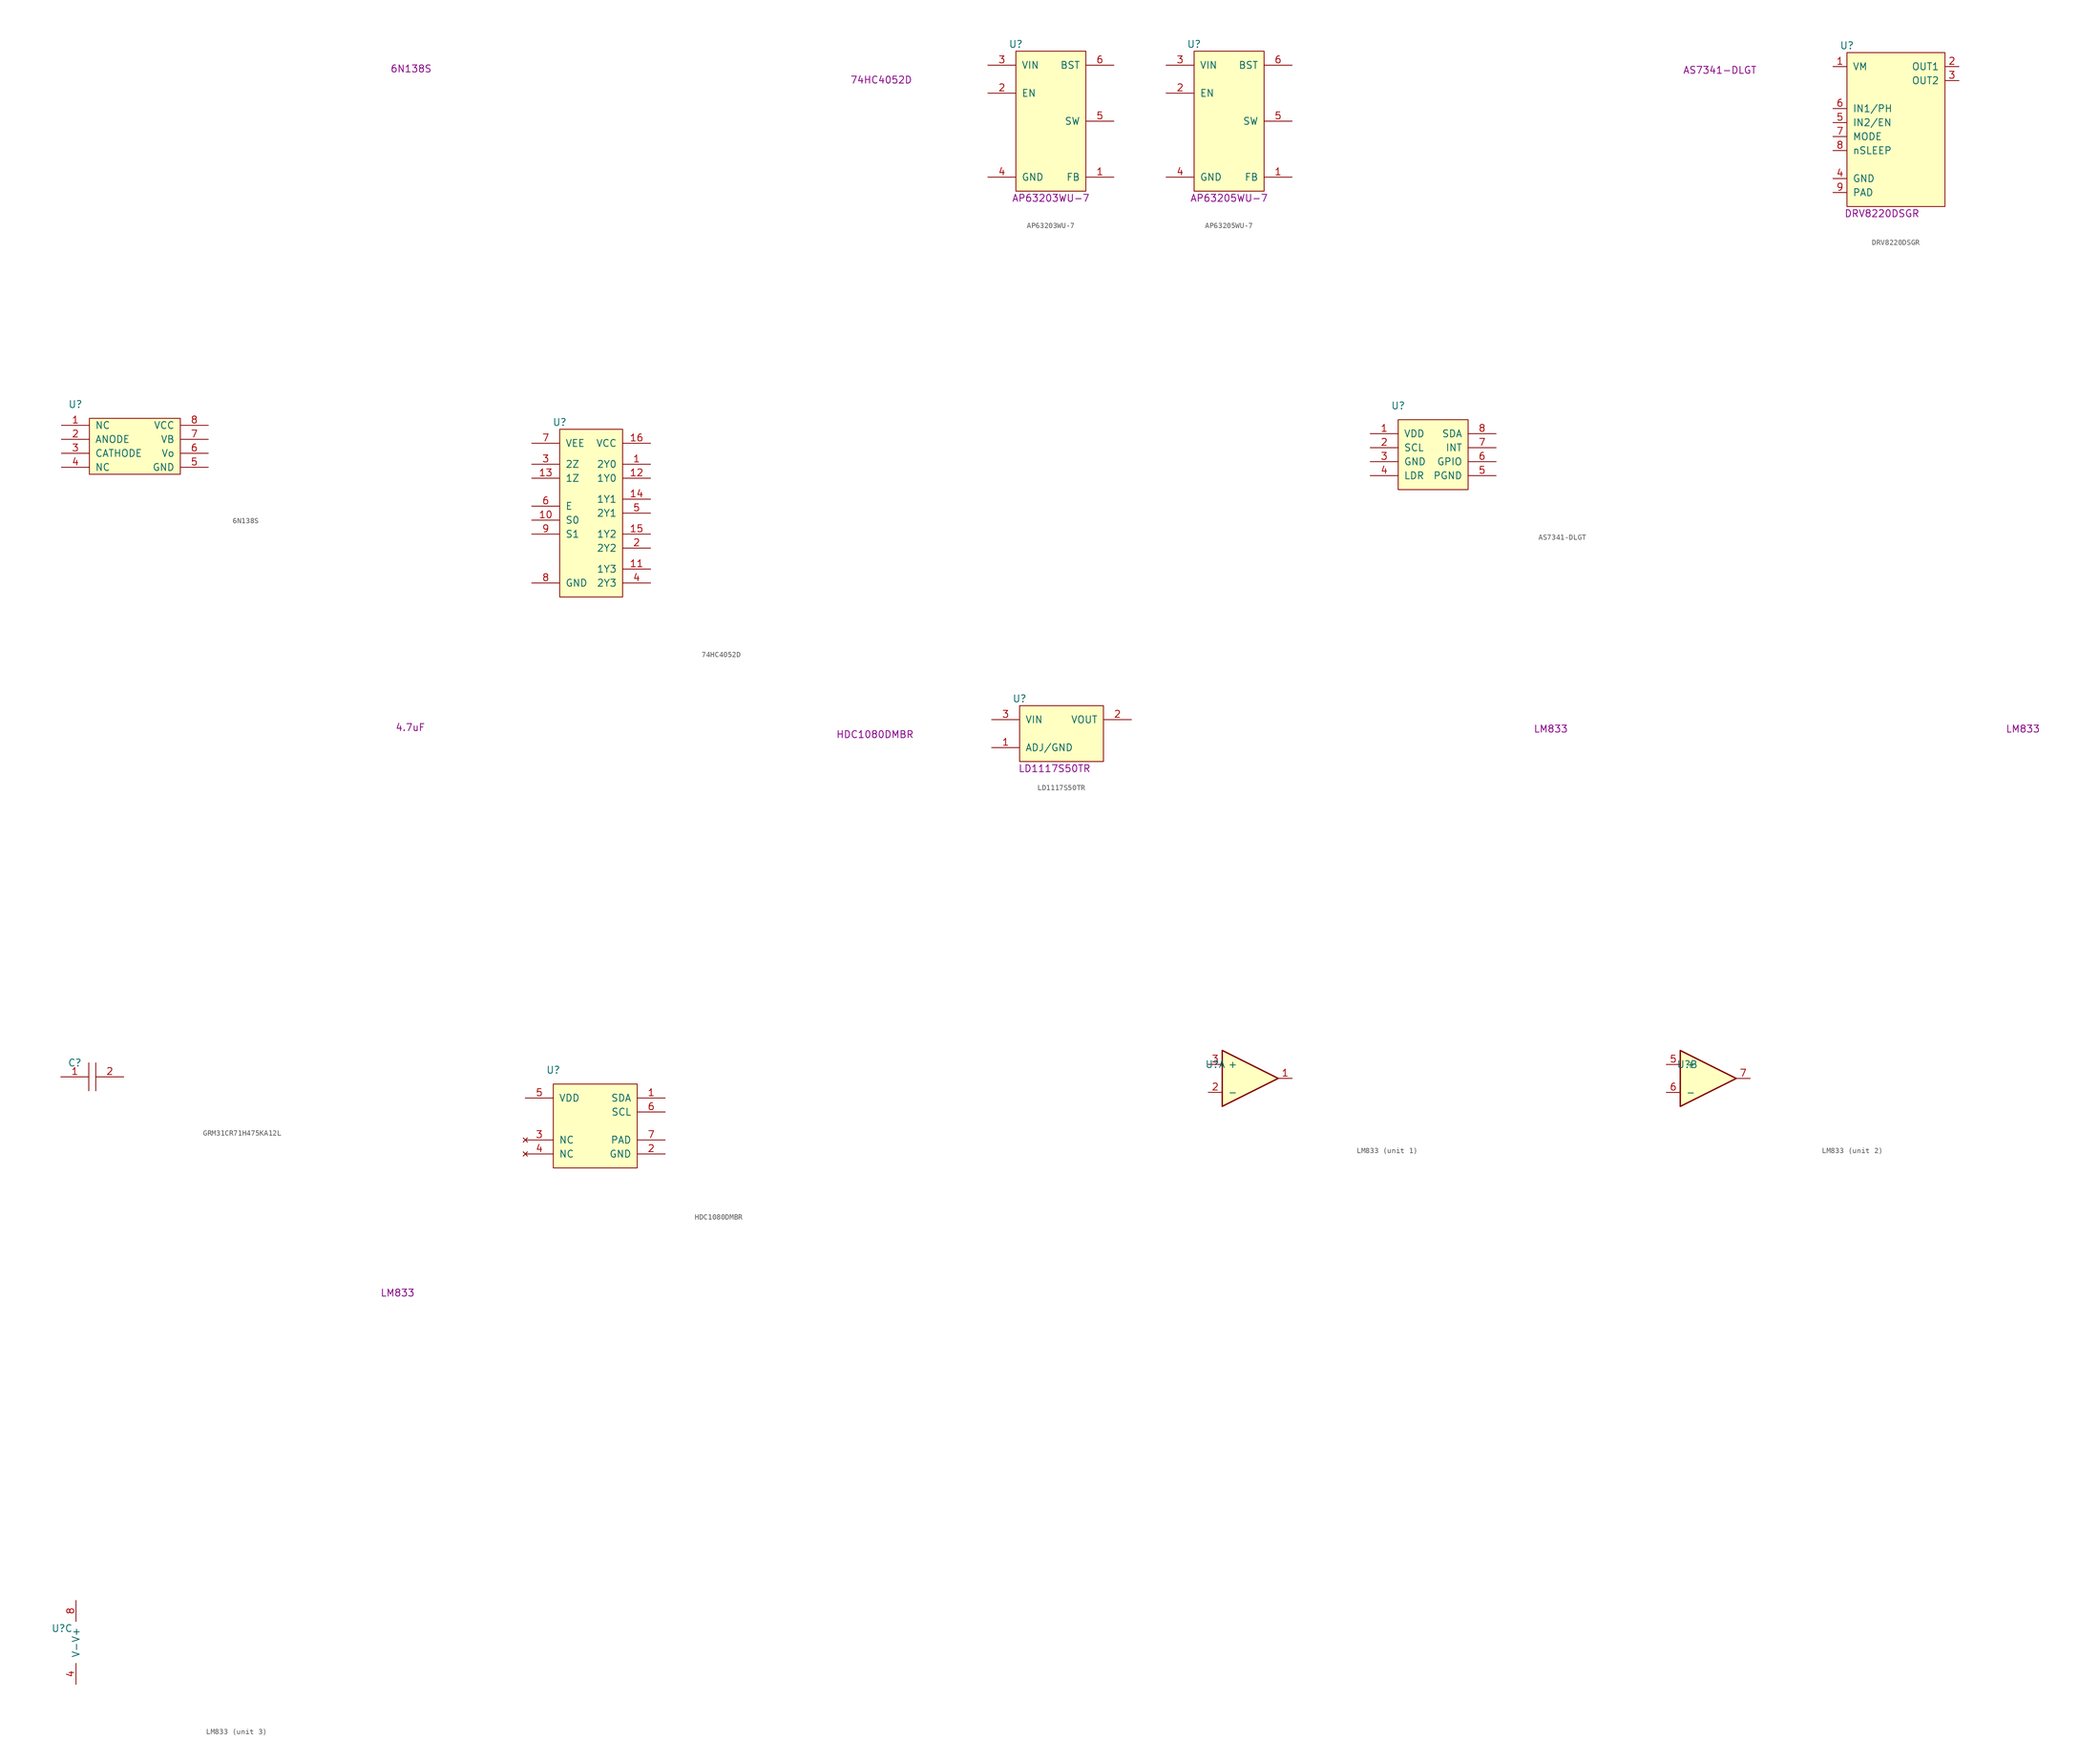
<source format=kicad_sym>
(kicad_symbol_lib
  (version 20220914)
  (generator kicad_symbol_editor)
  (symbol "6N138S"
    (pin_names
      (offset 1.016))
    (property "Reference" "U"
      (at -2.54 2.54 0)
      (effects (font (size 1.27 1.27))))
    (property "_Value_" "6N138S"
      (at 58.42 63.5 0)
      (effects (font (size 1.27 1.27))))
    (symbol "6N138S_0_1"
      (rectangle (start 0 0) (end 16.51 -10.16) (stroke (width 0) (type default)) (fill (type background))))
    (symbol "6N138S_1_1"
      (pin passive line (at -5.08 -1.27 0) (length 5.08) (name "NC" (effects (font (size 1.27 1.27)))) (number "1" (effects (font (size 1.27 1.27)))))
      (pin input line (at -5.08 -3.81 0) (length 5.08) (name "ANODE" (effects (font (size 1.27 1.27)))) (number "2" (effects (font (size 1.27 1.27)))))
      (pin output line (at -5.08 -6.35 0) (length 5.08) (name "CATHODE" (effects (font (size 1.27 1.27)))) (number "3" (effects (font (size 1.27 1.27)))))
      (pin passive line (at -5.08 -8.89 0) (length 5.08) (name "NC" (effects (font (size 1.27 1.27)))) (number "4" (effects (font (size 1.27 1.27)))))
      (pin output line (at 21.59 -8.89 180) (length 5.08) (name "GND" (effects (font (size 1.27 1.27)))) (number "5" (effects (font (size 1.27 1.27)))))
      (pin output line (at 21.59 -6.35 180) (length 5.08) (name "Vo" (effects (font (size 1.27 1.27)))) (number "6" (effects (font (size 1.27 1.27)))))
      (pin output line (at 21.59 -3.81 180) (length 5.08) (name "VB" (effects (font (size 1.27 1.27)))) (number "7" (effects (font (size 1.27 1.27)))))
      (pin power_in line (at 21.59 -1.27 180) (length 5.08) (name "VCC" (effects (font (size 1.27 1.27)))) (number "8" (effects (font (size 1.27 1.27)))))))
  (symbol "74HC4052D"
    (pin_names
      (offset 1.016))
    (property "Reference" "U"
      (at 0 1.27 0)
      (effects (font (size 1.27 1.27))))
    (property "_Value_" "74HC4052D"
      (at 58.42 63.5 0)
      (effects (font (size 1.27 1.27))))
    (symbol "74HC4052D_0_1"
      (rectangle (start 0 0) (end 11.43 -30.48) (stroke (width 0) (type default)) (fill (type background))))
    (symbol "74HC4052D_1_1"
      (pin bidirectional line (at 16.51 -6.35 180) (length 5.08) (name "2Y0" (effects (font (size 1.27 1.27)))) (number "1" (effects (font (size 1.27 1.27)))))
      (pin passive line (at -5.08 -16.51 0) (length 5.08) (name "S0" (effects (font (size 1.27 1.27)))) (number "10" (effects (font (size 1.27 1.27)))))
      (pin passive line (at 16.51 -25.4 180) (length 5.08) (name "1Y3" (effects (font (size 1.27 1.27)))) (number "11" (effects (font (size 1.27 1.27)))))
      (pin bidirectional line (at 16.51 -8.89 180) (length 5.08) (name "1Y0" (effects (font (size 1.27 1.27)))) (number "12" (effects (font (size 1.27 1.27)))))
      (pin bidirectional line (at -5.08 -8.89 0) (length 5.08) (name "1Z" (effects (font (size 1.27 1.27)))) (number "13" (effects (font (size 1.27 1.27)))))
      (pin bidirectional line (at 16.51 -12.7 180) (length 5.08) (name "1Y1" (effects (font (size 1.27 1.27)))) (number "14" (effects (font (size 1.27 1.27)))))
      (pin bidirectional line (at 16.51 -19.05 180) (length 5.08) (name "1Y2" (effects (font (size 1.27 1.27)))) (number "15" (effects (font (size 1.27 1.27)))))
      (pin passive line (at 16.51 -2.54 180) (length 5.08) (name "VCC" (effects (font (size 1.27 1.27)))) (number "16" (effects (font (size 1.27 1.27)))))
      (pin passive line (at 16.51 -21.59 180) (length 5.08) (name "2Y2" (effects (font (size 1.27 1.27)))) (number "2" (effects (font (size 1.27 1.27)))))
      (pin bidirectional line (at -5.08 -6.35 0) (length 5.08) (name "2Z" (effects (font (size 1.27 1.27)))) (number "3" (effects (font (size 1.27 1.27)))))
      (pin passive line (at 16.51 -27.94 180) (length 5.08) (name "2Y3" (effects (font (size 1.27 1.27)))) (number "4" (effects (font (size 1.27 1.27)))))
      (pin bidirectional line (at 16.51 -15.24 180) (length 5.08) (name "2Y1" (effects (font (size 1.27 1.27)))) (number "5" (effects (font (size 1.27 1.27)))))
      (pin passive line (at -5.08 -13.97 0) (length 5.08) (name "E" (effects (font (size 1.27 1.27)))) (number "6" (effects (font (size 1.27 1.27)))))
      (pin passive line (at -5.08 -2.54 0) (length 5.08) (name "VEE" (effects (font (size 1.27 1.27)))) (number "7" (effects (font (size 1.27 1.27)))))
      (pin passive line (at -5.08 -27.94 0) (length 5.08) (name "GND" (effects (font (size 1.27 1.27)))) (number "8" (effects (font (size 1.27 1.27)))))
      (pin passive line (at -5.08 -19.05 0) (length 5.08) (name "S1" (effects (font (size 1.27 1.27)))) (number "9" (effects (font (size 1.27 1.27)))))))
  (symbol "AP63203WU-7"
    (pin_names
      (offset 1.016))
    (property "Reference" "U"
      (at 0 1.27 0)
      (effects (font (size 1.27 1.27))))
    (property "_Value_" "AP63203WU-7"
      (at 6.35 -26.67 0)
      (effects (font (size 1.27 1.27))))
    (symbol "AP63203WU-7_0_1"
      (rectangle (start 0 0) (end 12.7 -25.4) (stroke (width 0) (type default)) (fill (type background))))
    (symbol "AP63203WU-7_1_1"
      (pin input line (at 17.78 -22.86 180) (length 5.08) (name "FB" (effects (font (size 1.27 1.27)))) (number "1" (effects (font (size 1.27 1.27)))))
      (pin input line (at -5.08 -7.62 0) (length 5.08) (name "EN" (effects (font (size 1.27 1.27)))) (number "2" (effects (font (size 1.27 1.27)))))
      (pin power_in line (at -5.08 -2.54 0) (length 5.08) (name "VIN" (effects (font (size 1.27 1.27)))) (number "3" (effects (font (size 1.27 1.27)))))
      (pin passive line (at -5.08 -22.86 0) (length 5.08) (name "GND" (effects (font (size 1.27 1.27)))) (number "4" (effects (font (size 1.27 1.27)))))
      (pin output line (at 17.78 -12.7 180) (length 5.08) (name "SW" (effects (font (size 1.27 1.27)))) (number "5" (effects (font (size 1.27 1.27)))))
      (pin output line (at 17.78 -2.54 180) (length 5.08) (name "BST" (effects (font (size 1.27 1.27)))) (number "6" (effects (font (size 1.27 1.27)))))))
  (symbol "AP63205WU-7"
    (pin_names
      (offset 1.016))
    (property "Reference" "U"
      (at 0 1.27 0)
      (effects (font (size 1.27 1.27))))
    (property "_Value_" "AP63205WU-7"
      (at 6.35 -26.67 0)
      (effects (font (size 1.27 1.27))))
    (symbol "AP63205WU-7_0_1"
      (rectangle (start 0 0) (end 12.7 -25.4) (stroke (width 0) (type default)) (fill (type background))))
    (symbol "AP63205WU-7_1_1"
      (pin input line (at 17.78 -22.86 180) (length 5.08) (name "FB" (effects (font (size 1.27 1.27)))) (number "1" (effects (font (size 1.27 1.27)))))
      (pin input line (at -5.08 -7.62 0) (length 5.08) (name "EN" (effects (font (size 1.27 1.27)))) (number "2" (effects (font (size 1.27 1.27)))))
      (pin power_in line (at -5.08 -2.54 0) (length 5.08) (name "VIN" (effects (font (size 1.27 1.27)))) (number "3" (effects (font (size 1.27 1.27)))))
      (pin passive line (at -5.08 -22.86 0) (length 5.08) (name "GND" (effects (font (size 1.27 1.27)))) (number "4" (effects (font (size 1.27 1.27)))))
      (pin output line (at 17.78 -12.7 180) (length 5.08) (name "SW" (effects (font (size 1.27 1.27)))) (number "5" (effects (font (size 1.27 1.27)))))
      (pin output line (at 17.78 -2.54 180) (length 5.08) (name "BST" (effects (font (size 1.27 1.27)))) (number "6" (effects (font (size 1.27 1.27)))))))
  (symbol "AS7341-DLGT"
    (pin_names
      (offset 1.016))
    (property "Reference" "U"
      (at 0 2.54 0)
      (effects (font (size 1.27 1.27))))
    (property "_Value_" "AS7341-DLGT"
      (at 58.42 63.5 0)
      (effects (font (size 1.27 1.27))))
    (symbol "AS7341-DLGT_0_1"
      (rectangle (start 0 0) (end 12.7 -12.7) (stroke (width 0) (type default)) (fill (type background))))
    (symbol "AS7341-DLGT_1_1"
      (pin power_in line (at -5.08 -2.54 0) (length 5.08) (name "VDD" (effects (font (size 1.27 1.27)))) (number "1" (effects (font (size 1.27 1.27)))))
      (pin bidirectional line (at -5.08 -5.08 0) (length 5.08) (name "SCL" (effects (font (size 1.27 1.27)))) (number "2" (effects (font (size 1.27 1.27)))))
      (pin passive line (at -5.08 -7.62 0) (length 5.08) (name "GND" (effects (font (size 1.27 1.27)))) (number "3" (effects (font (size 1.27 1.27)))))
      (pin input line (at -5.08 -10.16 0) (length 5.08) (name "LDR" (effects (font (size 1.27 1.27)))) (number "4" (effects (font (size 1.27 1.27)))))
      (pin passive line (at 17.78 -10.16 180) (length 5.08) (name "PGND" (effects (font (size 1.27 1.27)))) (number "5" (effects (font (size 1.27 1.27)))))
      (pin bidirectional line (at 17.78 -7.62 180) (length 5.08) (name "GPIO" (effects (font (size 1.27 1.27)))) (number "6" (effects (font (size 1.27 1.27)))))
      (pin input line (at 17.78 -5.08 180) (length 5.08) (name "INT" (effects (font (size 1.27 1.27)))) (number "7" (effects (font (size 1.27 1.27)))))
      (pin bidirectional line (at 17.78 -2.54 180) (length 5.08) (name "SDA" (effects (font (size 1.27 1.27)))) (number "8" (effects (font (size 1.27 1.27)))))))
  (symbol "DRV8220DSGR"
    (pin_names
      (offset 1.016))
    (property "Reference" "U"
      (at 0 1.27 0)
      (effects (font (size 1.27 1.27))))
    (property "_Value_" "DRV8220DSGR"
      (at 6.35 -29.21 0)
      (effects (font (size 1.27 1.27))))
    (symbol "DRV8220DSGR_0_1"
      (rectangle (start 0 0) (end 17.78 -27.94) (stroke (width 0) (type default)) (fill (type background))))
    (symbol "DRV8220DSGR_1_1"
      (pin power_in line (at -2.54 -2.54 0) (length 2.54) (name "VM" (effects (font (size 1.27 1.27)))) (number "1" (effects (font (size 1.27 1.27)))))
      (pin output line (at 20.32 -2.54 180) (length 2.54) (name "OUT1" (effects (font (size 1.27 1.27)))) (number "2" (effects (font (size 1.27 1.27)))))
      (pin output line (at 20.32 -5.08 180) (length 2.54) (name "OUT2" (effects (font (size 1.27 1.27)))) (number "3" (effects (font (size 1.27 1.27)))))
      (pin power_in line (at -2.54 -22.86 0) (length 2.54) (name "GND" (effects (font (size 1.27 1.27)))) (number "4" (effects (font (size 1.27 1.27)))))
      (pin input line (at -2.54 -12.7 0) (length 2.54) (name "IN2/EN" (effects (font (size 1.27 1.27)))) (number "5" (effects (font (size 1.27 1.27)))))
      (pin input line (at -2.54 -10.16 0) (length 2.54) (name "IN1/PH" (effects (font (size 1.27 1.27)))) (number "6" (effects (font (size 1.27 1.27)))))
      (pin input line (at -2.54 -15.24 0) (length 2.54) (name "MODE" (effects (font (size 1.27 1.27)))) (number "7" (effects (font (size 1.27 1.27)))))
      (pin input line (at -2.54 -17.78 0) (length 2.54) (name "nSLEEP" (effects (font (size 1.27 1.27)))) (number "8" (effects (font (size 1.27 1.27)))))
      (pin power_in line (at -2.54 -25.4 0) (length 2.54) (name "PAD" (effects (font (size 1.27 1.27)))) (number "9" (effects (font (size 1.27 1.27)))))))
  (symbol "GRM31CR71H475KA12L"
    (pin_names
      (offset 1.016))
    (property "Reference" "C"
      (at -2.54 2.54 0)
      (effects (font (size 1.27 1.27))))
    (property "_Value_" "4.7uF"
      (at 58.42 63.5 0)
      (effects (font (size 1.27 1.27))))
    (symbol "GRM31CR71H475KA12L_1_1"
      (polyline (pts (xy 0 2.54) (xy 0 -2.54)) (stroke (width 0) (type default)) (fill (type none)))
      (polyline (pts (xy 1.27 2.54) (xy 1.27 -2.54)) (stroke (width 0) (type default)) (fill (type none)))
      (pin input line (at -5.08 0 0) (length 5.08) (name "~" (effects (font (size 1.27 1.27)))) (number "1" (effects (font (size 1.27 1.27)))))
      (pin input line (at 6.35 0 180) (length 5.08) (name "~" (effects (font (size 1.27 1.27)))) (number "2" (effects (font (size 1.27 1.27)))))))
  (symbol "HDC1080DMBR"
    (pin_names
      (offset 1.016))
    (property "Reference" "U"
      (at 0 2.54 0)
      (effects (font (size 1.27 1.27))))
    (property "_Value_" "HDC1080DMBR"
      (at 58.42 63.5 0)
      (effects (font (size 1.27 1.27))))
    (symbol "HDC1080DMBR_0_1"
      (rectangle (start 0 0) (end 15.24 -15.24) (stroke (width 0) (type default)) (fill (type background))))
    (symbol "HDC1080DMBR_1_1"
      (pin bidirectional line (at 20.32 -2.54 180) (length 5.08) (name "SDA" (effects (font (size 1.27 1.27)))) (number "1" (effects (font (size 1.27 1.27)))))
      (pin passive line (at 20.32 -12.7 180) (length 5.08) (name "GND" (effects (font (size 1.27 1.27)))) (number "2" (effects (font (size 1.27 1.27)))))
      (pin no_connect line (at -5.08 -10.16 0) (length 5.08) (name "NC" (effects (font (size 1.27 1.27)))) (number "3" (effects (font (size 1.27 1.27)))))
      (pin no_connect line (at -5.08 -12.7 0) (length 5.08) (name "NC" (effects (font (size 1.27 1.27)))) (number "4" (effects (font (size 1.27 1.27)))))
      (pin power_in line (at -5.08 -2.54 0) (length 5.08) (name "VDD" (effects (font (size 1.27 1.27)))) (number "5" (effects (font (size 1.27 1.27)))))
      (pin bidirectional line (at 20.32 -5.08 180) (length 5.08) (name "SCL" (effects (font (size 1.27 1.27)))) (number "6" (effects (font (size 1.27 1.27)))))
      (pin passive line (at 20.32 -10.16 180) (length 5.08) (name "PAD" (effects (font (size 1.27 1.27)))) (number "7" (effects (font (size 1.27 1.27)))))))
  (symbol "LD1117S50TR"
    (pin_names
      (offset 1.016))
    (property "Reference" "U"
      (at 5.08 1.27 0)
      (effects (font (size 1.27 1.27))))
    (property "_Value_" "LD1117S50TR"
      (at 11.43 -11.43 0)
      (effects (font (size 1.27 1.27))))
    (symbol "LD1117S50TR_0_1"
      (rectangle (start 5.08 0) (end 20.32 -10.16) (stroke (width 0) (type default)) (fill (type background))))
    (symbol "LD1117S50TR_1_1"
      (pin passive line (at 0 -7.62 0) (length 5.08) (name "ADJ/GND" (effects (font (size 1.27 1.27)))) (number "1" (effects (font (size 1.27 1.27)))))
      (pin power_out line (at 25.4 -2.54 180) (length 5.08) (name "VOUT" (effects (font (size 1.27 1.27)))) (number "2" (effects (font (size 1.27 1.27)))))
      (pin power_in line (at 0 -2.54 0) (length 5.08) (name "VIN" (effects (font (size 1.27 1.27)))) (number "3" (effects (font (size 1.27 1.27)))))))
  (symbol "LM833"
    (pin_names
      (offset 1.016))
    (property "Reference" "U"
      (at -2.54 2.54 0)
      (effects (font (size 1.27 1.27))))
    (property "_Value_" "LM833"
      (at 58.42 63.5 0)
      (effects (font (size 1.27 1.27))))
    (property "ki_locked" ""
      (at 0 0 0)
      (effects (font (size 1.27 1.27))))
    (symbol "LM833_1_1"
      (polyline (pts (xy -1.27 5.08) (xy 8.89 0) (xy -1.27 -5.08) (xy -1.27 5.08)) (stroke (width 0.254) (type default)) (fill (type background)))
      (pin output line (at 11.43 0 180) (length 2.54) (name "~" (effects (font (size 1.27 1.27)))) (number "1" (effects (font (size 1.27 1.27)))))
      (pin input line (at -3.81 -2.54 0) (length 2.54) (name "-" (effects (font (size 1.27 1.27)))) (number "2" (effects (font (size 1.27 1.27)))))
      (pin input line (at -3.81 2.54 0) (length 2.54) (name "+" (effects (font (size 1.27 1.27)))) (number "3" (effects (font (size 1.27 1.27))))))
    (symbol "LM833_2_1"
      (polyline (pts (xy -3.81 5.08) (xy 6.35 0) (xy -3.81 -5.08) (xy -3.81 5.08)) (stroke (width 0.254) (type default)) (fill (type background)))
      (pin input line (at -6.35 2.54 0) (length 2.54) (name "+" (effects (font (size 1.27 1.27)))) (number "5" (effects (font (size 1.27 1.27)))))
      (pin input line (at -6.35 -2.54 0) (length 2.54) (name "-" (effects (font (size 1.27 1.27)))) (number "6" (effects (font (size 1.27 1.27)))))
      (pin output line (at 8.89 0 180) (length 2.54) (name "~" (effects (font (size 1.27 1.27)))) (number "7" (effects (font (size 1.27 1.27))))))
    (symbol "LM833_3_1"
      (pin power_in line (at 0 -7.62 90) (length 3.81) (name "V-" (effects (font (size 1.27 1.27)))) (number "4" (effects (font (size 1.27 1.27)))))
      (pin power_in line (at 0 7.62 270) (length 3.81) (name "V+" (effects (font (size 1.27 1.27)))) (number "8" (effects (font (size 1.27 1.27))))))))
</source>
